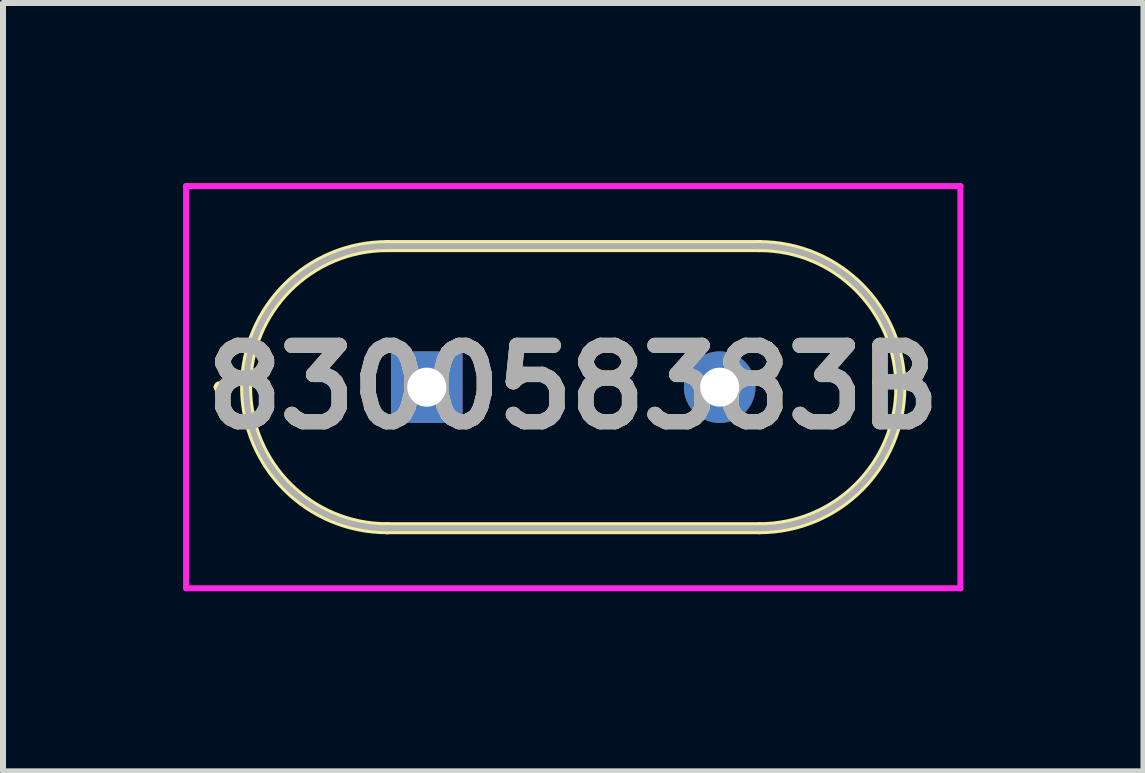
<source format=kicad_pcb>
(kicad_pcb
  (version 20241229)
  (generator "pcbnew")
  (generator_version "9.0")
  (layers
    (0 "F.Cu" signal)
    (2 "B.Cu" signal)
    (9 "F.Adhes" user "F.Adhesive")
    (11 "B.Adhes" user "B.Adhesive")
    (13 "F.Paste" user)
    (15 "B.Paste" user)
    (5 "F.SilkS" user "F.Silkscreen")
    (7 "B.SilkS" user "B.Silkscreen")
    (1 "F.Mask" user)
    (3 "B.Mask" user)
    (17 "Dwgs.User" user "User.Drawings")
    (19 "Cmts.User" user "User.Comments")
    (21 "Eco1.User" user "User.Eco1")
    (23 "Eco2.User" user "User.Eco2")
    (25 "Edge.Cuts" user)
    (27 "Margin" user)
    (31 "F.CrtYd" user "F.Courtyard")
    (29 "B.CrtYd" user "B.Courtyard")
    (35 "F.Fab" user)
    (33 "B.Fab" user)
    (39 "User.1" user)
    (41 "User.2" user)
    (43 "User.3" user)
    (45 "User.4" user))
  (footprint "830058383B"
    (layer "F.Cu")
    (at 4.06 3.4)
    (property "Reference" "830058383B" (at 2.44 0 0) (layer "F.SilkS") (effects (font (size 1.27 1.27) (thickness 0.254))))
    (attr through_hole)
    (fp_line (start -3.5 0) (end -3.5 0) (stroke (width 0.1) (type solid)) (layer "F.SilkS"))
    (fp_line (start -3.4 0) (end -3.4 0) (stroke (width 0.1) (type solid)) (layer "F.SilkS"))
    (fp_line (start -0.66 -2.35) (end 5.54 -2.35) (stroke (width 0.2) (type solid)) (layer "F.SilkS"))
    (fp_line (start -0.66 2.35) (end -0.66 2.35) (stroke (width 0.2) (type solid)) (layer "F.SilkS"))
    (fp_line (start 5.54 -2.35) (end 5.54 -2.35) (stroke (width 0.2) (type solid)) (layer "F.SilkS"))
    (fp_line (start 5.54 2.35) (end -0.66 2.35) (stroke (width 0.2) (type solid)) (layer "F.SilkS"))
    (fp_arc (start -3.5 0) (mid -3.45 -0.05) (end -3.4 0) (stroke (width 0.1) (type solid)) (layer "F.SilkS"))
    (fp_arc (start -3.4 0) (mid -3.45 0.05) (end -3.5 0) (stroke (width 0.1) (type solid)) (layer "F.SilkS"))
    (fp_arc (start -0.66 2.35) (mid -3.01 0) (end -0.66 -2.35) (stroke (width 0.2) (type solid)) (layer "F.SilkS"))
    (fp_arc (start 5.54 -2.35) (mid 7.89 0) (end 5.54 2.35) (stroke (width 0.2) (type solid)) (layer "F.SilkS"))
    (fp_line (start -4.01 -3.35) (end 8.89 -3.35) (stroke (width 0.1) (type solid)) (layer "F.CrtYd"))
    (fp_line (start -4.01 3.35) (end -4.01 -3.35) (stroke (width 0.1) (type solid)) (layer "F.CrtYd"))
    (fp_line (start 8.89 -3.35) (end 8.89 3.35) (stroke (width 0.1) (type solid)) (layer "F.CrtYd"))
    (fp_line (start 8.89 3.35) (end -4.01 3.35) (stroke (width 0.1) (type solid)) (layer "F.CrtYd"))
    (fp_line (start -0.66 -2.35) (end 5.54 -2.35) (stroke (width 0.1) (type solid)) (layer "F.Fab"))
    (fp_line (start -0.66 2.35) (end -0.66 2.35) (stroke (width 0.1) (type solid)) (layer "F.Fab"))
    (fp_line (start 5.54 -2.35) (end 5.54 -2.35) (stroke (width 0.1) (type solid)) (layer "F.Fab"))
    (fp_line (start 5.54 2.35) (end -0.66 2.35) (stroke (width 0.1) (type solid)) (layer "F.Fab"))
    (fp_arc (start -0.66 2.35) (mid -3.01 0) (end -0.66 -2.35) (stroke (width 0.1) (type solid)) (layer "F.Fab"))
    (fp_arc (start 5.54 -2.35) (mid 7.89 0) (end 5.54 2.35) (stroke (width 0.1) (type solid)) (layer "F.Fab"))
    (fp_text user "${REFERENCE}" (at 2.44 0 0) (layer "F.Fab") (effects (font (size 1.27 1.27) (thickness 0.254))))
    (pad "1" thru_hole rect (at 0 0) (size 1.192 1.192) (drill 0.65) (layers "*.Cu" "*.Mask"))
    (pad "2" thru_hole circle (at 4.88 0) (size 1.192 1.192) (drill 0.65) (layers "*.Cu" "*.Mask")))
  (gr_rect
    (start -3 -3)
    (end 16 9.8)
    (stroke (width 0.1) (type default))
    (fill no)
    (layer "Edge.Cuts")))
</source>
